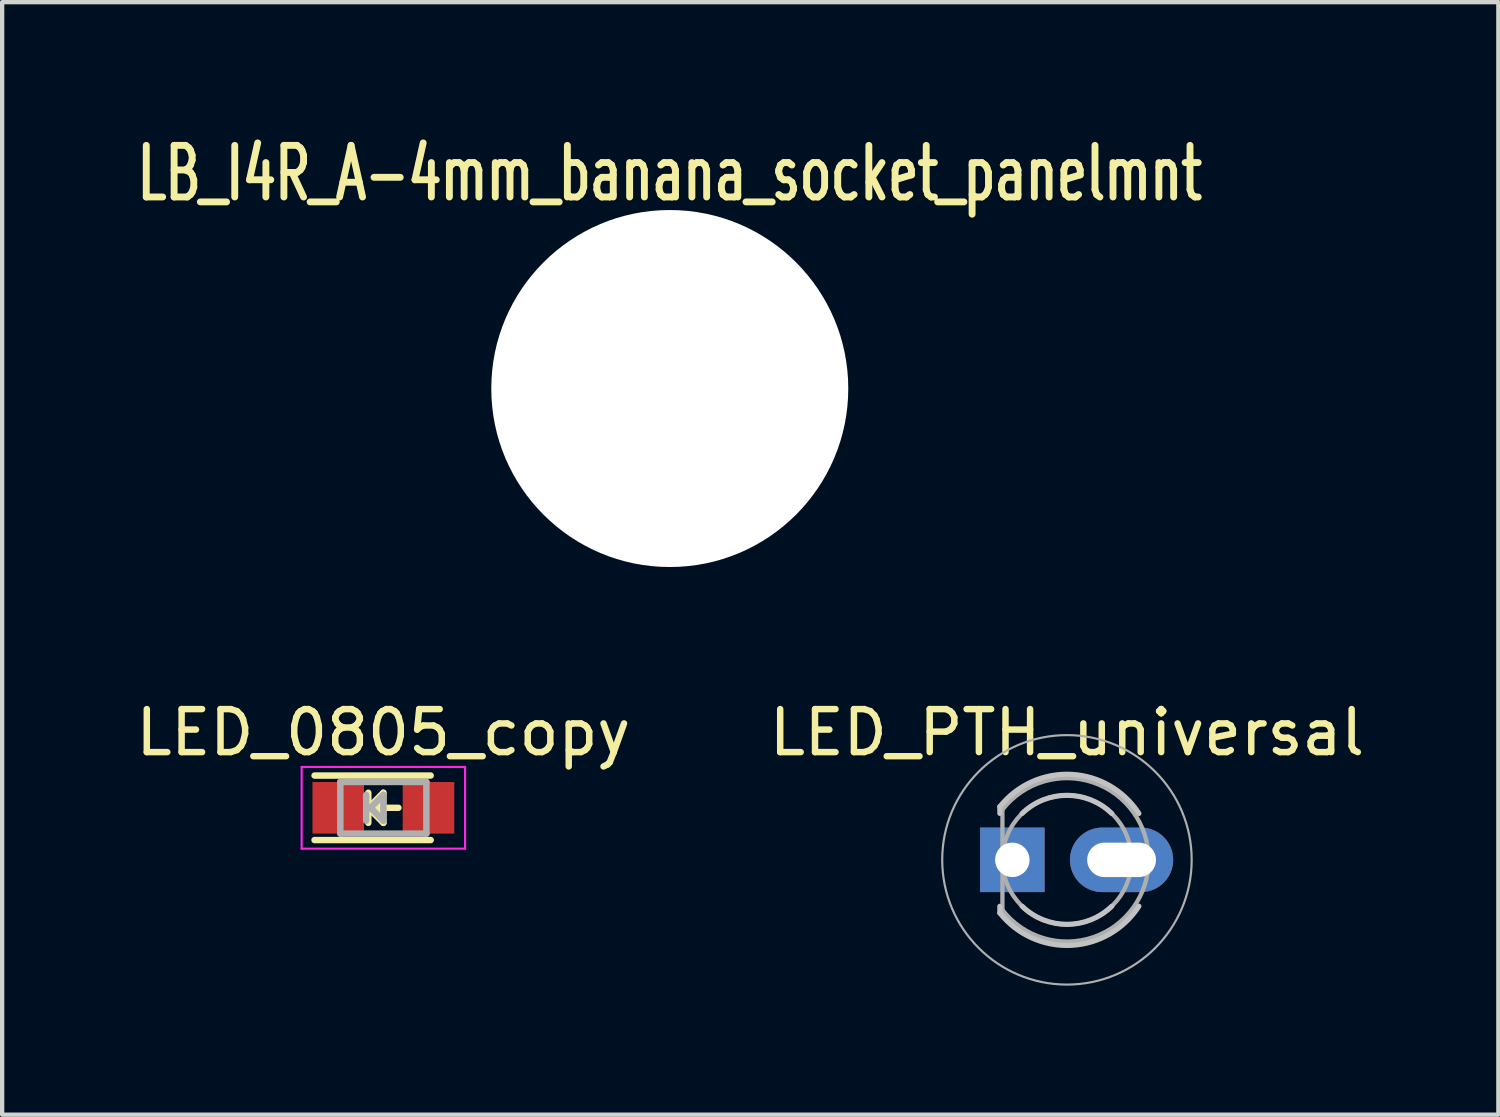
<source format=kicad_pcb>
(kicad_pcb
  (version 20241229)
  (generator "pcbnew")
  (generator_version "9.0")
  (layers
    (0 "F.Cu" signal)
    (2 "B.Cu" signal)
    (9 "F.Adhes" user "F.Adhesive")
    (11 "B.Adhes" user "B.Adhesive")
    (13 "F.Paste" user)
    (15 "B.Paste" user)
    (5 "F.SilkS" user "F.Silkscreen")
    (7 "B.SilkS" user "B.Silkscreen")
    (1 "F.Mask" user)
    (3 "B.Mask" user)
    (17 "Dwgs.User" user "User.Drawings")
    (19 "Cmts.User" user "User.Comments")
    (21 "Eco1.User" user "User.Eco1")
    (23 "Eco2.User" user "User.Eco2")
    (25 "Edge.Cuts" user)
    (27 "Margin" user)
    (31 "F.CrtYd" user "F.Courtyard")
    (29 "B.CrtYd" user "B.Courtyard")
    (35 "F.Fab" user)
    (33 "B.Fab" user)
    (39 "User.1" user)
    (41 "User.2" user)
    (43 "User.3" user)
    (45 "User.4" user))
  (footprint "LB_I4R_A-4mm_banana_socket_panelmnt"
    (layer "F.Cu")
    (at 12.522 5.983)
    (property "Reference" "LB_I4R_A-4mm_banana_socket_panelmnt" (at 0 -5 0) (layer "F.SilkS") (effects (font (size 1.2 0.8) (thickness 0.16))))
    (attr through_hole)
    (pad "" np_thru_hole circle (at 0 0) (size 8.3 8.3) (drill 8.3) (layers "*.Cu" "*.Mask")))
  (footprint "LED_PTH_universal"
    (layer "F.Cu")
    (at 20.486 16.941)
    (property "Reference" "LED_PTH_universal" (at 1.27 -2.96 0) (layer "F.SilkS") (effects (font (size 1 1) (thickness 0.15))))
    (attr through_hole)
    (fp_line (start -0.29 -1.236) (end -0.29 -1.08) (stroke (width 0.12) (type solid)) (layer "Dwgs.User"))
    (fp_line (start -0.29 1.08) (end -0.29 1.236) (stroke (width 0.12) (type solid)) (layer "Dwgs.User"))
    (fp_arc (start -0.29 -1.235516) (mid 1.366487 -1.987659) (end 2.942335 -1.078608) (stroke (width 0.12) (type solid)) (layer "Dwgs.User"))
    (fp_arc (start 0.229039 -1.08) (mid 1.270117 -1.5) (end 2.31113 -1.079837) (stroke (width 0.12) (type solid)) (layer "Dwgs.User"))
    (fp_arc (start 2.31113 1.079837) (mid 1.270117 1.5) (end 0.229039 1.08) (stroke (width 0.12) (type solid)) (layer "Dwgs.User"))
    (fp_arc (start 2.942335 1.078608) (mid 1.366487 1.987659) (end -0.29 1.235516) (stroke (width 0.12) (type solid)) (layer "Dwgs.User"))
    (fp_line (start -0.23 -1.166) (end -0.23 1.166) (stroke (width 0.1) (type solid)) (layer "F.Fab"))
    (fp_arc (start -0.23 -1.16619) (mid 3.17 0.000452) (end -0.230555 1.165476) (stroke (width 0.1) (type solid)) (layer "F.Fab"))
    (fp_circle (center 1.27 0) (end 2.77 0) (stroke (width 0.1) (type solid)) (fill no) (layer "F.Fab"))
    (fp_circle (center 1.27 0) (end 4.17 0) (stroke (width 0.05) (type solid)) (fill no) (layer "F.Fab"))
    (pad "1" thru_hole rect (at 0 0) (size 1.5 1.5) (drill 0.8) (layers "*.Cu" "*.Mask"))
    (pad "2" thru_hole oval (at 2.54 0) (size 2.4 1.5) (drill oval 1.6 0.8) (layers "*.Cu" "*.Mask")))
  (footprint "LED_0805_copy"
    (layer "F.Cu")
    (at 5.863 15.731)
    (property "Reference" "LED_0805_copy" (at 0 -1.75 0) (layer "F.SilkS") (effects (font (size 1 1) (thickness 0.15))))
    (attr smd)
    (fp_line (start -1.6 -0.75) (end 1.1 -0.75) (stroke (width 0.15) (type solid)) (layer "F.SilkS"))
    (fp_line (start -1.6 0.75) (end 1.1 0.75) (stroke (width 0.15) (type solid)) (layer "F.SilkS"))
    (fp_line (start -0.35 -0.35) (end -0.35 0.35) (stroke (width 0.15) (type solid)) (layer "F.SilkS"))
    (fp_line (start -0.35 0) (end 0 -0.35) (stroke (width 0.15) (type solid)) (layer "F.SilkS"))
    (fp_line (start -0.1 -0.1) (end -0.25 0.05) (stroke (width 0.15) (type solid)) (layer "F.SilkS"))
    (fp_line (start -0.1 0.15) (end -0.1 -0.1) (stroke (width 0.15) (type solid)) (layer "F.SilkS"))
    (fp_line (start 0 -0.35) (end 0 0.35) (stroke (width 0.15) (type solid)) (layer "F.SilkS"))
    (fp_line (start 0 0) (end 0.35 0) (stroke (width 0.15) (type solid)) (layer "F.SilkS"))
    (fp_line (start 0 0.35) (end -0.35 0) (stroke (width 0.15) (type solid)) (layer "F.SilkS"))
    (fp_line (start -1.9 -0.95) (end 1.9 -0.95) (stroke (width 0.05) (type solid)) (layer "F.CrtYd"))
    (fp_line (start -1.9 0.95) (end -1.9 -0.95) (stroke (width 0.05) (type solid)) (layer "F.CrtYd"))
    (fp_line (start 1.9 -0.95) (end 1.9 0.95) (stroke (width 0.05) (type solid)) (layer "F.CrtYd"))
    (fp_line (start 1.9 0.95) (end -1.9 0.95) (stroke (width 0.05) (type solid)) (layer "F.CrtYd"))
    (fp_line (start -1 -0.6) (end -1 0.6) (stroke (width 0.15) (type solid)) (layer "F.Fab"))
    (fp_line (start -1 0.6) (end 1 0.6) (stroke (width 0.15) (type solid)) (layer "F.Fab"))
    (fp_line (start -0.4 -0.3) (end -0.4 0.3) (stroke (width 0.15) (type solid)) (layer "F.Fab"))
    (fp_line (start -0.3 0) (end 0 -0.3) (stroke (width 0.15) (type solid)) (layer "F.Fab"))
    (fp_line (start 0 -0.3) (end 0 0.3) (stroke (width 0.15) (type solid)) (layer "F.Fab"))
    (fp_line (start 0 0.3) (end -0.3 0) (stroke (width 0.15) (type solid)) (layer "F.Fab"))
    (fp_line (start 1 -0.6) (end -1 -0.6) (stroke (width 0.15) (type solid)) (layer "F.Fab"))
    (fp_line (start 1 0.6) (end 1 -0.6) (stroke (width 0.15) (type solid)) (layer "F.Fab"))
    (pad "1" smd rect (at -1.049 0 180) (size 1.199 1.199) (layers "F.Cu" "F.Mask" "F.Paste"))
    (pad "2" smd rect (at 1.049 0 180) (size 1.199 1.199) (layers "F.Cu" "F.Mask" "F.Paste")))
  (gr_rect
    (start -3 -3)
    (end 31.786 22.866)
    (stroke (width 0.1) (type default))
    (fill no)
    (layer "Edge.Cuts")))
</source>
